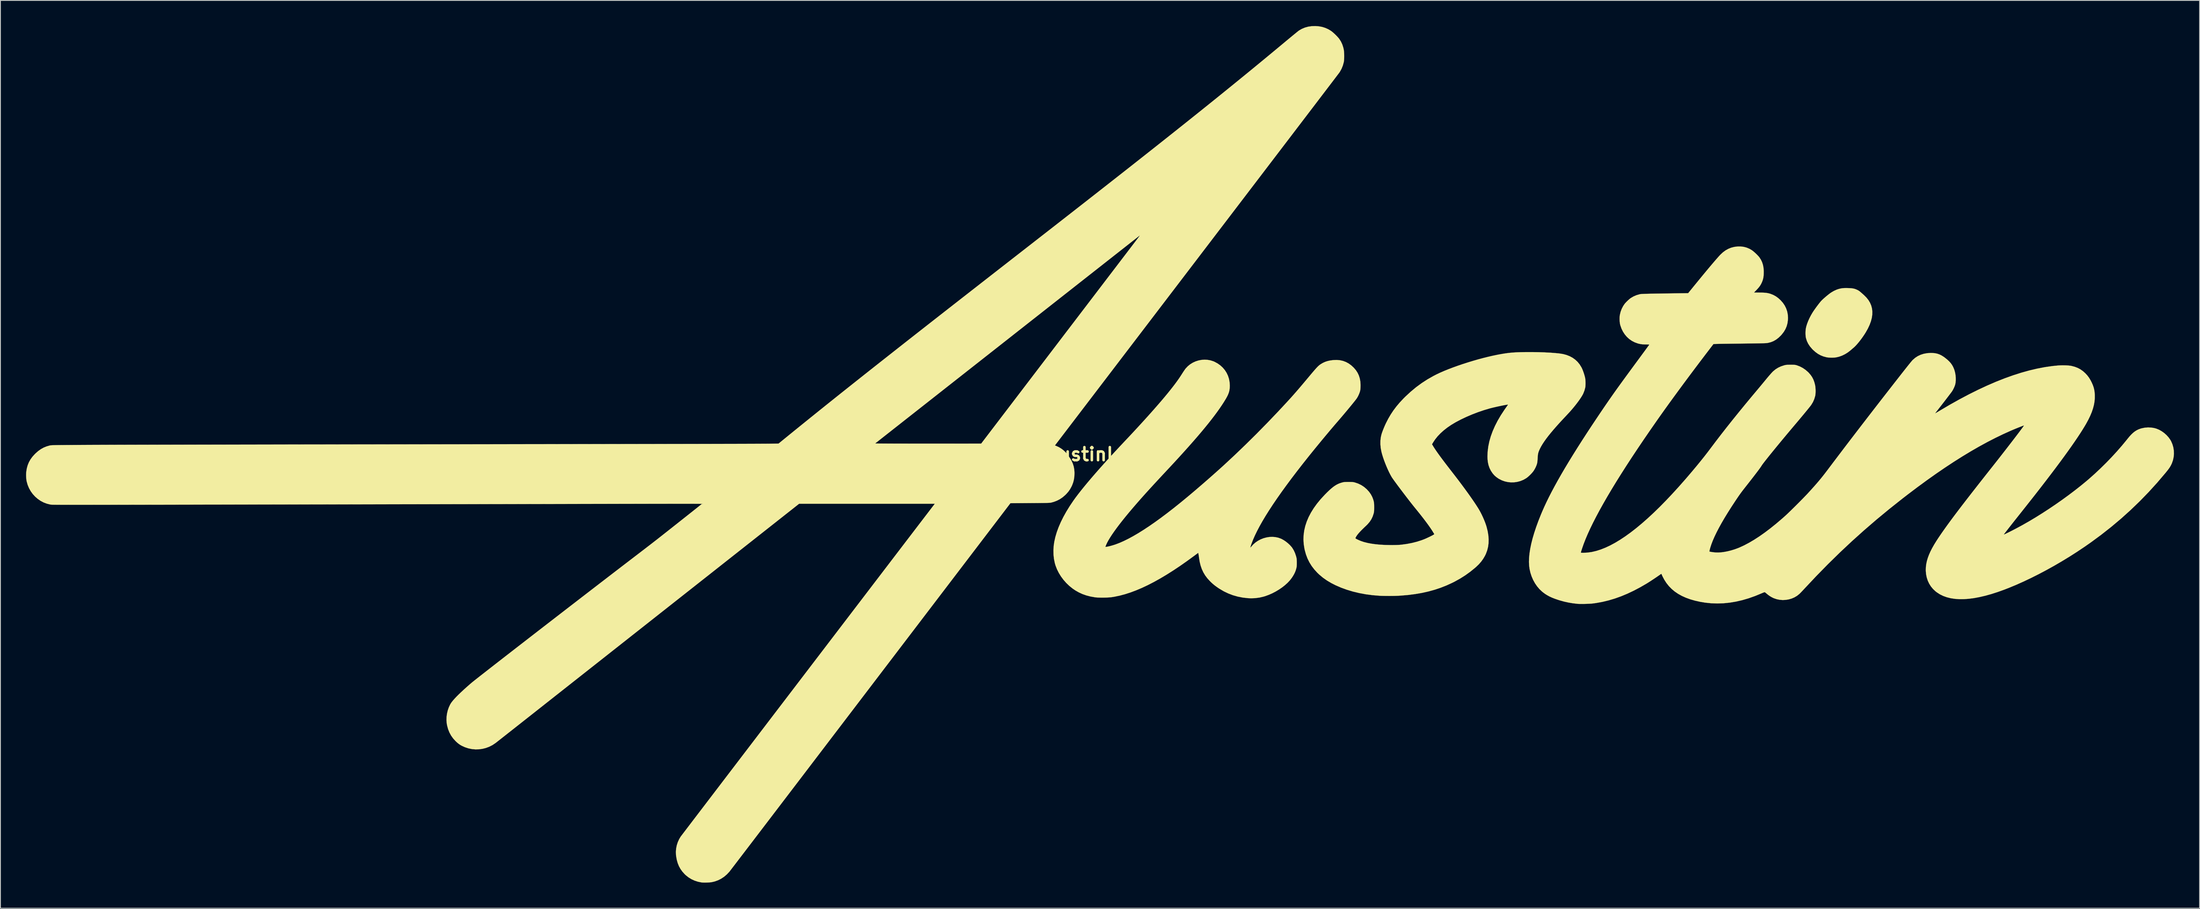
<source format=kicad_pcb>
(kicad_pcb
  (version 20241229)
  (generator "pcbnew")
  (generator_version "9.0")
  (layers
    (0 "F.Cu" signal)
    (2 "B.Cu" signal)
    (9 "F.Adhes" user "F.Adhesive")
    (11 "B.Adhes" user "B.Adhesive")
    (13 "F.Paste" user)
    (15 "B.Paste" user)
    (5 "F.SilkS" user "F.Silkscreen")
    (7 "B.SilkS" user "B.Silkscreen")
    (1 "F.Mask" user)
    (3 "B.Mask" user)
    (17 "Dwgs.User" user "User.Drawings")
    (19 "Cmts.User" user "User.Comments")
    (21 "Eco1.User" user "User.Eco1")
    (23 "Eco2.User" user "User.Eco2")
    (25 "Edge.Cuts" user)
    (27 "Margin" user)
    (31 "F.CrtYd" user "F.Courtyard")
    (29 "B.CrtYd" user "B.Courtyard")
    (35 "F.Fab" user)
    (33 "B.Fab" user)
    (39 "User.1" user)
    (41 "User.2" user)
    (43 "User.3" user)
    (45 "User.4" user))
  (footprint "austinLogo"
    (layer "F.Cu")
    (at 125.678 50.168)
    (property "Reference" "austinLogo" (at 0 0 0) (layer "F.SilkS") (effects (font (size 1.524 1.524) (thickness 0.3))))
    (attr through_hole)
    (fp_poly (pts (xy 87.56 -19.469) (xy 87.797 -19.46) (xy 87.994 -19.444) (xy 88.162 -19.419) (xy 88.312 -19.384) (xy 88.454 -19.337) (xy 88.599 -19.274) (xy 88.599 -19.274) (xy 88.676 -19.237) (xy 88.743 -19.202) (xy 88.808 -19.163) (xy 88.877 -19.116) (xy 88.954 -19.056) (xy 89.046 -18.979) (xy 89.159 -18.88) (xy 89.3 -18.755) (xy 89.431 -18.638) (xy 89.714 -18.354) (xy 89.949 -18.056) (xy 90.135 -17.744) (xy 90.273 -17.418) (xy 90.362 -17.077) (xy 90.403 -16.721) (xy 90.395 -16.351) (xy 90.338 -15.966) (xy 90.233 -15.567) (xy 90.08 -15.152) (xy 89.878 -14.722) (xy 89.643 -14.302) (xy 89.477 -14.037) (xy 89.296 -13.77) (xy 89.107 -13.506) (xy 88.913 -13.252) (xy 88.722 -13.017) (xy 88.537 -12.806) (xy 88.366 -12.627) (xy 88.222 -12.494) (xy 88.114 -12.403) (xy 88 -12.305) (xy 87.898 -12.217) (xy 87.86 -12.184) (xy 87.554 -11.944) (xy 87.224 -11.737) (xy 86.88 -11.567) (xy 86.53 -11.438) (xy 86.183 -11.354) (xy 86.182 -11.354) (xy 85.989 -11.33) (xy 85.769 -11.317) (xy 85.538 -11.317) (xy 85.314 -11.329) (xy 85.114 -11.352) (xy 85.035 -11.366) (xy 84.682 -11.46) (xy 84.353 -11.592) (xy 84.043 -11.762) (xy 83.745 -11.977) (xy 83.455 -12.237) (xy 83.351 -12.344) (xy 83.099 -12.641) (xy 82.896 -12.95) (xy 82.743 -13.27) (xy 82.639 -13.601) (xy 82.618 -13.698) (xy 82.597 -13.853) (xy 82.586 -14.041) (xy 82.584 -14.246) (xy 82.59 -14.45) (xy 82.607 -14.637) (xy 82.621 -14.734) (xy 82.682 -15.003) (xy 82.775 -15.299) (xy 82.896 -15.613) (xy 83.041 -15.935) (xy 83.206 -16.256) (xy 83.386 -16.567) (xy 83.474 -16.705) (xy 83.582 -16.866) (xy 83.707 -17.044) (xy 83.841 -17.23) (xy 83.979 -17.415) (xy 84.113 -17.591) (xy 84.237 -17.749) (xy 84.345 -17.881) (xy 84.416 -17.961) (xy 84.522 -18.069) (xy 84.659 -18.199) (xy 84.818 -18.341) (xy 84.989 -18.488) (xy 85.162 -18.631) (xy 85.328 -18.762) (xy 85.475 -18.873) (xy 85.558 -18.931) (xy 85.888 -19.128) (xy 86.219 -19.28) (xy 86.449 -19.358) (xy 86.62 -19.403) (xy 86.783 -19.436) (xy 86.95 -19.458) (xy 87.133 -19.47) (xy 87.343 -19.473) (xy 87.56 -19.469)) (stroke (width 0.01) (type solid)) (fill yes) (layer "F.SilkS"))
    (fp_poly (pts (xy 12.595 -11.062) (xy 12.943 -10.999) (xy 13.28 -10.891) (xy 13.416 -10.832) (xy 13.773 -10.639) (xy 14.094 -10.41) (xy 14.377 -10.15) (xy 14.622 -9.859) (xy 14.826 -9.541) (xy 14.988 -9.199) (xy 15.106 -8.834) (xy 15.178 -8.45) (xy 15.204 -8.048) (xy 15.204 -8.03) (xy 15.194 -7.766) (xy 15.163 -7.522) (xy 15.109 -7.289) (xy 15.026 -7.055) (xy 14.914 -6.809) (xy 14.767 -6.541) (xy 14.746 -6.505) (xy 14.527 -6.145) (xy 14.285 -5.77) (xy 14.02 -5.379) (xy 13.729 -4.969) (xy 13.413 -4.541) (xy 13.07 -4.093) (xy 12.7 -3.623) (xy 12.3 -3.131) (xy 11.871 -2.614) (xy 11.411 -2.073) (xy 10.919 -1.506) (xy 10.394 -0.911) (xy 9.835 -0.287) (xy 9.242 0.367) (xy 8.613 1.052) (xy 7.946 1.769) (xy 7.831 1.892) (xy 7.397 2.357) (xy 6.995 2.789) (xy 6.622 3.192) (xy 6.275 3.568) (xy 5.951 3.922) (xy 5.646 4.257) (xy 5.357 4.576) (xy 5.082 4.883) (xy 4.817 5.181) (xy 4.559 5.474) (xy 4.305 5.765) (xy 4.051 6.059) (xy 3.85 6.293) (xy 3.413 6.809) (xy 3.004 7.304) (xy 2.624 7.777) (xy 2.274 8.225) (xy 1.955 8.649) (xy 1.668 9.046) (xy 1.413 9.415) (xy 1.192 9.756) (xy 1.005 10.066) (xy 0.853 10.345) (xy 0.738 10.592) (xy 0.7 10.688) (xy 0.634 10.862) (xy 0.768 10.843) (xy 0.917 10.817) (xy 1.1 10.776) (xy 1.305 10.724) (xy 1.519 10.663) (xy 1.729 10.597) (xy 1.831 10.563) (xy 2.306 10.382) (xy 2.81 10.159) (xy 3.343 9.895) (xy 3.906 9.589) (xy 4.497 9.243) (xy 5.118 8.854) (xy 5.767 8.425) (xy 6.445 7.954) (xy 7.151 7.443) (xy 7.886 6.89) (xy 8.65 6.296) (xy 9.442 5.661) (xy 10.242 5.002) (xy 10.668 4.644) (xy 11.12 4.261) (xy 11.589 3.859) (xy 12.068 3.446) (xy 12.549 3.027) (xy 13.024 2.609) (xy 13.486 2.2) (xy 13.927 1.805) (xy 14.34 1.432) (xy 14.538 1.252) (xy 15.793 0.083) (xy 17.056 -1.13) (xy 18.322 -2.382) (xy 19.586 -3.669) (xy 20.843 -4.987) (xy 21.74 -5.95) (xy 21.937 -6.164) (xy 22.122 -6.366) (xy 22.297 -6.558) (xy 22.466 -6.746) (xy 22.632 -6.933) (xy 22.8 -7.124) (xy 22.972 -7.321) (xy 23.152 -7.53) (xy 23.344 -7.753) (xy 23.551 -7.997) (xy 23.776 -8.263) (xy 24.023 -8.557) (xy 24.296 -8.882) (xy 24.586 -9.229) (xy 24.793 -9.476) (xy 24.972 -9.687) (xy 25.126 -9.866) (xy 25.258 -10.016) (xy 25.372 -10.141) (xy 25.471 -10.245) (xy 25.56 -10.331) (xy 25.64 -10.403) (xy 25.717 -10.465) (xy 25.793 -10.52) (xy 25.835 -10.548) (xy 26.087 -10.699) (xy 26.345 -10.819) (xy 26.617 -10.911) (xy 26.914 -10.979) (xy 27.246 -11.026) (xy 27.332 -11.035) (xy 27.726 -11.048) (xy 28.102 -11.014) (xy 28.46 -10.933) (xy 28.8 -10.804) (xy 29.124 -10.627) (xy 29.432 -10.401) (xy 29.723 -10.128) (xy 29.961 -9.848) (xy 30.154 -9.551) (xy 30.304 -9.234) (xy 30.413 -8.894) (xy 30.48 -8.529) (xy 30.507 -8.135) (xy 30.504 -7.884) (xy 30.495 -7.714) (xy 30.482 -7.579) (xy 30.462 -7.461) (xy 30.433 -7.345) (xy 30.424 -7.315) (xy 30.358 -7.127) (xy 30.271 -6.925) (xy 30.173 -6.73) (xy 30.074 -6.564) (xy 30.071 -6.56) (xy 30.012 -6.478) (xy 29.924 -6.362) (xy 29.808 -6.215) (xy 29.669 -6.041) (xy 29.509 -5.844) (xy 29.332 -5.627) (xy 29.14 -5.395) (xy 28.938 -5.151) (xy 28.728 -4.9) (xy 28.513 -4.644) (xy 28.296 -4.388) (xy 28.081 -4.136) (xy 27.871 -3.891) (xy 27.738 -3.738) (xy 27.516 -3.481) (xy 27.268 -3.189) (xy 26.997 -2.87) (xy 26.71 -2.527) (xy 26.409 -2.168) (xy 26.101 -1.797) (xy 25.79 -1.42) (xy 25.481 -1.043) (xy 25.177 -0.673) (xy 24.885 -0.313) (xy 24.609 0.029) (xy 24.469 0.203) (xy 23.748 1.112) (xy 23.067 1.989) (xy 22.424 2.833) (xy 21.821 3.646) (xy 21.256 4.426) (xy 20.731 5.174) (xy 20.244 5.89) (xy 19.796 6.575) (xy 19.386 7.228) (xy 19.016 7.849) (xy 18.684 8.439) (xy 18.391 8.997) (xy 18.136 9.524) (xy 17.919 10.02) (xy 17.741 10.485) (xy 17.71 10.575) (xy 17.669 10.698) (xy 17.637 10.803) (xy 17.615 10.882) (xy 17.607 10.925) (xy 17.608 10.93) (xy 17.631 10.92) (xy 17.67 10.88) (xy 17.69 10.856) (xy 17.927 10.586) (xy 18.196 10.348) (xy 18.491 10.144) (xy 18.808 9.975) (xy 19.141 9.842) (xy 19.484 9.748) (xy 19.834 9.692) (xy 20.184 9.678) (xy 20.529 9.704) (xy 20.865 9.774) (xy 21.187 9.889) (xy 21.268 9.927) (xy 21.519 10.066) (xy 21.771 10.237) (xy 22.014 10.432) (xy 22.236 10.64) (xy 22.426 10.852) (xy 22.507 10.958) (xy 22.687 11.252) (xy 22.838 11.583) (xy 22.959 11.944) (xy 23.014 12.166) (xy 23.028 12.259) (xy 23.038 12.391) (xy 23.045 12.553) (xy 23.046 12.725) (xy 23.045 12.901) (xy 23.039 13.039) (xy 23.029 13.152) (xy 23.013 13.253) (xy 22.991 13.35) (xy 22.924 13.587) (xy 22.84 13.808) (xy 22.736 14.027) (xy 22.605 14.255) (xy 22.452 14.488) (xy 22.232 14.774) (xy 21.967 15.056) (xy 21.663 15.332) (xy 21.326 15.597) (xy 20.961 15.847) (xy 20.576 16.078) (xy 20.176 16.286) (xy 19.766 16.467) (xy 19.353 16.618) (xy 19.183 16.67) (xy 18.696 16.786) (xy 18.201 16.853) (xy 17.693 16.872) (xy 17.34 16.858) (xy 16.733 16.791) (xy 16.145 16.677) (xy 15.575 16.515) (xy 15.025 16.306) (xy 14.493 16.051) (xy 13.98 15.747) (xy 13.912 15.703) (xy 13.66 15.53) (xy 13.44 15.366) (xy 13.239 15.202) (xy 13.043 15.025) (xy 12.865 14.85) (xy 12.571 14.525) (xy 12.317 14.185) (xy 12.103 13.825) (xy 11.927 13.441) (xy 11.785 13.029) (xy 11.677 12.584) (xy 11.601 12.102) (xy 11.595 12.051) (xy 11.579 11.928) (xy 11.559 11.804) (xy 11.54 11.702) (xy 11.538 11.692) (xy 11.505 11.548) (xy 11.06 11.879) (xy 10.209 12.5) (xy 9.384 13.078) (xy 8.583 13.613) (xy 7.805 14.105) (xy 7.05 14.555) (xy 6.317 14.963) (xy 5.605 15.33) (xy 4.913 15.656) (xy 4.24 15.941) (xy 3.587 16.186) (xy 2.951 16.391) (xy 2.333 16.557) (xy 1.73 16.684) (xy 1.345 16.746) (xy 1.197 16.762) (xy 1.01 16.775) (xy 0.796 16.785) (xy 0.565 16.791) (xy 0.328 16.794) (xy 0.093 16.793) (xy -0.128 16.788) (xy -0.324 16.78) (xy -0.486 16.768) (xy -0.559 16.759) (xy -1.083 16.667) (xy -1.571 16.541) (xy -2.028 16.382) (xy -2.46 16.185) (xy -2.872 15.951) (xy -3.184 15.738) (xy -3.571 15.428) (xy -3.93 15.084) (xy -4.258 14.713) (xy -4.551 14.318) (xy -4.807 13.904) (xy -5.02 13.478) (xy -5.189 13.043) (xy -5.272 12.764) (xy -5.373 12.271) (xy -5.429 11.76) (xy -5.439 11.236) (xy -5.403 10.703) (xy -5.337 10.25) (xy -5.215 9.699) (xy -5.047 9.13) (xy -4.833 8.546) (xy -4.574 7.947) (xy -4.271 7.335) (xy -3.924 6.712) (xy -3.535 6.079) (xy -3.106 5.441) (xy -2.843 5.075) (xy -2.542 4.677) (xy -2.206 4.247) (xy -1.834 3.786) (xy -1.428 3.296) (xy -0.989 2.777) (xy -0.517 2.23) (xy -0.014 1.658) (xy 0.52 1.06) (xy 1.084 0.437) (xy 1.676 -0.208) (xy 2.296 -0.876) (xy 2.943 -1.565) (xy 3.014 -1.64) (xy 3.536 -2.194) (xy 4.05 -2.746) (xy 4.553 -3.291) (xy 5.044 -3.828) (xy 5.518 -4.351) (xy 5.973 -4.86) (xy 6.406 -5.349) (xy 6.814 -5.817) (xy 7.196 -6.259) (xy 7.546 -6.674) (xy 7.864 -7.057) (xy 7.933 -7.141) (xy 8.25 -7.535) (xy 8.535 -7.897) (xy 8.793 -8.235) (xy 9.027 -8.553) (xy 9.241 -8.857) (xy 9.44 -9.153) (xy 9.628 -9.446) (xy 9.636 -9.458) (xy 9.729 -9.604) (xy 9.824 -9.748) (xy 9.915 -9.88) (xy 9.993 -9.989) (xy 10.045 -10.056) (xy 10.293 -10.317) (xy 10.571 -10.542) (xy 10.875 -10.729) (xy 11.199 -10.878) (xy 11.539 -10.987) (xy 11.888 -11.055) (xy 12.242 -11.08) (xy 12.595 -11.062)) (stroke (width 0.01) (type solid)) (fill yes) (layer "F.SilkS"))
    (fp_poly (pts (xy 51.32 -11.96) (xy 52.031 -11.936) (xy 52.704 -11.901) (xy 53.335 -11.852) (xy 53.77 -11.809) (xy 54.206 -11.74) (xy 54.611 -11.631) (xy 54.985 -11.484) (xy 55.327 -11.299) (xy 55.636 -11.076) (xy 55.911 -10.817) (xy 56.151 -10.521) (xy 56.355 -10.189) (xy 56.392 -10.117) (xy 56.47 -9.947) (xy 56.55 -9.743) (xy 56.629 -9.519) (xy 56.7 -9.293) (xy 56.758 -9.08) (xy 56.792 -8.931) (xy 56.815 -8.778) (xy 56.83 -8.594) (xy 56.837 -8.394) (xy 56.836 -8.194) (xy 56.827 -8.01) (xy 56.81 -7.855) (xy 56.803 -7.818) (xy 56.711 -7.47) (xy 56.577 -7.126) (xy 56.558 -7.083) (xy 56.468 -6.914) (xy 56.347 -6.714) (xy 56.199 -6.489) (xy 56.027 -6.244) (xy 55.836 -5.987) (xy 55.63 -5.722) (xy 55.412 -5.455) (xy 55.315 -5.339) (xy 55.248 -5.261) (xy 55.188 -5.191) (xy 55.131 -5.125) (xy 55.073 -5.059) (xy 55.009 -4.988) (xy 54.934 -4.906) (xy 54.846 -4.811) (xy 54.739 -4.696) (xy 54.609 -4.556) (xy 54.452 -4.389) (xy 54.306 -4.233) (xy 53.866 -3.759) (xy 53.466 -3.315) (xy 53.102 -2.899) (xy 52.775 -2.51) (xy 52.482 -2.147) (xy 52.223 -1.807) (xy 51.997 -1.489) (xy 51.802 -1.192) (xy 51.637 -0.914) (xy 51.501 -0.653) (xy 51.423 -0.484) (xy 51.365 -0.343) (xy 51.322 -0.217) (xy 51.29 -0.095) (xy 51.266 0.036) (xy 51.25 0.188) (xy 51.237 0.374) (xy 51.233 0.458) (xy 51.218 0.69) (xy 51.2 0.878) (xy 51.176 1.029) (xy 51.158 1.106) (xy 51.093 1.304) (xy 51.001 1.52) (xy 50.889 1.736) (xy 50.767 1.935) (xy 50.705 2.021) (xy 50.582 2.171) (xy 50.434 2.331) (xy 50.274 2.489) (xy 50.113 2.635) (xy 49.963 2.755) (xy 49.893 2.805) (xy 49.566 2.992) (xy 49.22 3.134) (xy 48.86 3.232) (xy 48.492 3.285) (xy 48.121 3.294) (xy 47.751 3.258) (xy 47.389 3.177) (xy 47.039 3.052) (xy 46.706 2.882) (xy 46.617 2.827) (xy 46.382 2.66) (xy 46.184 2.486) (xy 46.01 2.292) (xy 45.956 2.223) (xy 45.758 1.926) (xy 45.602 1.614) (xy 45.486 1.282) (xy 45.408 0.925) (xy 45.367 0.538) (xy 45.359 0.264) (xy 45.383 -0.317) (xy 45.456 -0.903) (xy 45.577 -1.495) (xy 45.747 -2.093) (xy 45.967 -2.698) (xy 46.235 -3.31) (xy 46.552 -3.93) (xy 46.919 -4.558) (xy 47.336 -5.195) (xy 47.517 -5.453) (xy 47.6 -5.57) (xy 47.67 -5.671) (xy 47.724 -5.751) (xy 47.756 -5.802) (xy 47.763 -5.817) (xy 47.732 -5.819) (xy 47.658 -5.81) (xy 47.546 -5.792) (xy 47.402 -5.766) (xy 47.234 -5.734) (xy 47.046 -5.696) (xy 46.844 -5.654) (xy 46.635 -5.61) (xy 46.425 -5.564) (xy 46.219 -5.517) (xy 46.024 -5.472) (xy 45.846 -5.428) (xy 45.691 -5.388) (xy 45.651 -5.378) (xy 44.956 -5.172) (xy 44.256 -4.934) (xy 43.561 -4.668) (xy 42.884 -4.378) (xy 42.234 -4.069) (xy 41.623 -3.745) (xy 41.609 -3.737) (xy 41.114 -3.44) (xy 40.655 -3.126) (xy 40.235 -2.796) (xy 39.856 -2.454) (xy 39.521 -2.102) (xy 39.232 -1.741) (xy 39.011 -1.407) (xy 38.87 -1.171) (xy 38.941 -1.049) (xy 39.057 -0.857) (xy 39.198 -0.638) (xy 39.364 -0.392) (xy 39.557 -0.116) (xy 39.778 0.19) (xy 40.027 0.527) (xy 40.306 0.898) (xy 40.615 1.304) (xy 40.956 1.746) (xy 41.15 1.996) (xy 41.552 2.515) (xy 41.94 3.022) (xy 42.31 3.515) (xy 42.662 3.99) (xy 42.994 4.446) (xy 43.303 4.878) (xy 43.587 5.285) (xy 43.845 5.663) (xy 44.074 6.01) (xy 44.272 6.322) (xy 44.35 6.451) (xy 44.511 6.734) (xy 44.673 7.049) (xy 44.83 7.382) (xy 44.976 7.72) (xy 45.105 8.05) (xy 45.212 8.36) (xy 45.255 8.505) (xy 45.382 9.015) (xy 45.462 9.504) (xy 45.496 9.972) (xy 45.485 10.422) (xy 45.428 10.854) (xy 45.324 11.269) (xy 45.175 11.669) (xy 45.065 11.898) (xy 44.861 12.247) (xy 44.621 12.579) (xy 44.34 12.899) (xy 44.014 13.212) (xy 43.928 13.287) (xy 43.357 13.752) (xy 42.772 14.174) (xy 42.163 14.56) (xy 41.522 14.916) (xy 41.253 15.052) (xy 40.581 15.36) (xy 39.892 15.633) (xy 39.181 15.87) (xy 38.445 16.074) (xy 37.683 16.244) (xy 36.889 16.381) (xy 36.062 16.486) (xy 35.198 16.56) (xy 34.909 16.577) (xy 34.696 16.586) (xy 34.446 16.593) (xy 34.17 16.597) (xy 33.88 16.598) (xy 33.587 16.597) (xy 33.304 16.594) (xy 33.042 16.588) (xy 32.813 16.58) (xy 32.71 16.574) (xy 31.901 16.507) (xy 31.112 16.403) (xy 30.347 16.261) (xy 29.607 16.083) (xy 28.896 15.869) (xy 28.216 15.621) (xy 27.57 15.339) (xy 27.091 15.095) (xy 26.579 14.792) (xy 26.104 14.457) (xy 25.67 14.094) (xy 25.462 13.896) (xy 25.103 13.505) (xy 24.79 13.097) (xy 24.523 12.667) (xy 24.299 12.213) (xy 24.117 11.733) (xy 23.977 11.224) (xy 23.938 11.047) (xy 23.856 10.516) (xy 23.825 9.987) (xy 23.845 9.458) (xy 23.915 8.931) (xy 24.037 8.405) (xy 24.209 7.88) (xy 24.431 7.356) (xy 24.705 6.833) (xy 25.03 6.311) (xy 25.405 5.791) (xy 25.831 5.271) (xy 26.308 4.753) (xy 26.328 4.732) (xy 26.598 4.459) (xy 26.843 4.224) (xy 27.067 4.023) (xy 27.275 3.852) (xy 27.471 3.709) (xy 27.661 3.59) (xy 27.849 3.491) (xy 28.039 3.409) (xy 28.238 3.342) (xy 28.342 3.312) (xy 28.432 3.289) (xy 28.511 3.271) (xy 28.59 3.259) (xy 28.678 3.252) (xy 28.786 3.247) (xy 28.925 3.245) (xy 29.099 3.245) (xy 29.278 3.245) (xy 29.416 3.247) (xy 29.524 3.252) (xy 29.612 3.26) (xy 29.69 3.272) (xy 29.769 3.289) (xy 29.854 3.311) (xy 30.229 3.439) (xy 30.584 3.612) (xy 30.915 3.829) (xy 31.219 4.088) (xy 31.248 4.117) (xy 31.504 4.399) (xy 31.711 4.693) (xy 31.874 5.001) (xy 31.966 5.238) (xy 32.011 5.378) (xy 32.045 5.499) (xy 32.069 5.614) (xy 32.084 5.734) (xy 32.093 5.87) (xy 32.097 6.035) (xy 32.098 6.229) (xy 32.097 6.406) (xy 32.094 6.543) (xy 32.089 6.651) (xy 32.08 6.739) (xy 32.067 6.819) (xy 32.048 6.902) (xy 32.029 6.974) (xy 31.916 7.311) (xy 31.764 7.624) (xy 31.57 7.918) (xy 31.33 8.198) (xy 31.2 8.327) (xy 30.952 8.563) (xy 30.74 8.77) (xy 30.559 8.951) (xy 30.407 9.111) (xy 30.28 9.254) (xy 30.174 9.382) (xy 30.086 9.5) (xy 30.013 9.612) (xy 29.963 9.699) (xy 29.93 9.761) (xy 29.912 9.806) (xy 29.914 9.843) (xy 29.942 9.877) (xy 30 9.915) (xy 30.094 9.964) (xy 30.203 10.018) (xy 30.526 10.159) (xy 30.895 10.282) (xy 31.309 10.387) (xy 31.766 10.474) (xy 32.265 10.543) (xy 32.803 10.593) (xy 33.38 10.625) (xy 33.994 10.637) (xy 34.095 10.638) (xy 34.384 10.636) (xy 34.629 10.633) (xy 34.839 10.626) (xy 35.023 10.617) (xy 35.187 10.604) (xy 35.285 10.594) (xy 35.926 10.507) (xy 36.529 10.391) (xy 37.1 10.247) (xy 37.645 10.073) (xy 37.963 9.953) (xy 38.084 9.902) (xy 38.225 9.839) (xy 38.379 9.768) (xy 38.538 9.693) (xy 38.691 9.618) (xy 38.831 9.547) (xy 38.949 9.485) (xy 39.035 9.436) (xy 39.077 9.409) (xy 39.139 9.362) (xy 39.028 9.175) (xy 38.862 8.906) (xy 38.659 8.602) (xy 38.42 8.263) (xy 38.145 7.89) (xy 37.835 7.482) (xy 37.489 7.04) (xy 37.108 6.565) (xy 36.866 6.267) (xy 36.733 6.103) (xy 36.581 5.912) (xy 36.414 5.7) (xy 36.234 5.47) (xy 36.046 5.226) (xy 35.85 4.972) (xy 35.652 4.712) (xy 35.454 4.451) (xy 35.258 4.192) (xy 35.068 3.94) (xy 34.887 3.698) (xy 34.719 3.47) (xy 34.565 3.261) (xy 34.43 3.075) (xy 34.316 2.915) (xy 34.226 2.786) (xy 34.163 2.692) (xy 34.15 2.67) (xy 34.003 2.41) (xy 33.849 2.109) (xy 33.695 1.779) (xy 33.542 1.429) (xy 33.396 1.069) (xy 33.26 0.71) (xy 33.139 0.36) (xy 33.037 0.031) (xy 32.957 -0.268) (xy 32.951 -0.293) (xy 32.868 -0.739) (xy 32.829 -1.175) (xy 32.833 -1.598) (xy 32.882 -2.004) (xy 32.952 -2.314) (xy 33.004 -2.481) (xy 33.075 -2.682) (xy 33.16 -2.905) (xy 33.255 -3.138) (xy 33.355 -3.37) (xy 33.455 -3.59) (xy 33.474 -3.63) (xy 33.744 -4.158) (xy 34.036 -4.658) (xy 34.354 -5.137) (xy 34.705 -5.603) (xy 35.092 -6.062) (xy 35.522 -6.521) (xy 35.751 -6.75) (xy 36.37 -7.324) (xy 37.005 -7.852) (xy 37.661 -8.335) (xy 38.341 -8.776) (xy 39.048 -9.177) (xy 39.422 -9.369) (xy 39.841 -9.566) (xy 40.304 -9.767) (xy 40.805 -9.97) (xy 41.338 -10.172) (xy 41.896 -10.373) (xy 42.473 -10.569) (xy 43.064 -10.759) (xy 43.661 -10.941) (xy 44.258 -11.113) (xy 44.85 -11.272) (xy 45.429 -11.417) (xy 45.99 -11.546) (xy 46.527 -11.657) (xy 46.656 -11.682) (xy 47.006 -11.745) (xy 47.33 -11.799) (xy 47.637 -11.843) (xy 47.935 -11.879) (xy 48.235 -11.908) (xy 48.544 -11.93) (xy 48.874 -11.947) (xy 49.231 -11.959) (xy 49.627 -11.966) (xy 49.802 -11.968) (xy 50.576 -11.97) (xy 51.32 -11.96)) (stroke (width 0.01) (type solid)) (fill yes) (layer "F.SilkS"))
    (fp_poly (pts (xy 75.367 -24.296) (xy 75.713 -24.201) (xy 76.044 -24.058) (xy 76.295 -23.91) (xy 76.43 -23.811) (xy 76.583 -23.684) (xy 76.744 -23.539) (xy 76.9 -23.387) (xy 77.042 -23.239) (xy 77.157 -23.106) (xy 77.189 -23.064) (xy 77.366 -22.789) (xy 77.504 -22.496) (xy 77.604 -22.182) (xy 77.668 -21.841) (xy 77.695 -21.47) (xy 77.692 -21.17) (xy 77.678 -20.924) (xy 77.651 -20.712) (xy 77.61 -20.52) (xy 77.552 -20.332) (xy 77.477 -20.144) (xy 77.383 -19.947) (xy 77.276 -19.765) (xy 77.146 -19.586) (xy 76.988 -19.399) (xy 76.839 -19.241) (xy 76.548 -18.942) (xy 77.156 -18.942) (xy 77.43 -18.94) (xy 77.661 -18.932) (xy 77.86 -18.919) (xy 78.034 -18.9) (xy 78.193 -18.872) (xy 78.344 -18.836) (xy 78.463 -18.801) (xy 78.795 -18.672) (xy 79.107 -18.501) (xy 79.405 -18.284) (xy 79.674 -18.036) (xy 79.936 -17.738) (xy 80.15 -17.421) (xy 80.316 -17.085) (xy 80.436 -16.731) (xy 80.507 -16.361) (xy 80.531 -15.973) (xy 80.52 -15.717) (xy 80.469 -15.347) (xy 80.374 -14.996) (xy 80.233 -14.663) (xy 80.045 -14.345) (xy 79.808 -14.038) (xy 79.696 -13.913) (xy 79.421 -13.649) (xy 79.139 -13.433) (xy 78.845 -13.263) (xy 78.536 -13.136) (xy 78.206 -13.051) (xy 78.093 -13.031) (xy 78.04 -13.025) (xy 77.964 -13.019) (xy 77.862 -13.014) (xy 77.732 -13.009) (xy 77.572 -13.004) (xy 77.379 -12.999) (xy 77.15 -12.994) (xy 76.884 -12.99) (xy 76.578 -12.985) (xy 76.229 -12.98) (xy 75.835 -12.976) (xy 75.395 -12.971) (xy 75.143 -12.968) (xy 74.768 -12.964) (xy 74.403 -12.96) (xy 74.051 -12.956) (xy 73.717 -12.952) (xy 73.403 -12.947) (xy 73.114 -12.944) (xy 72.853 -12.94) (xy 72.625 -12.936) (xy 72.433 -12.933) (xy 72.28 -12.93) (xy 72.172 -12.927) (xy 72.117 -12.926) (xy 71.809 -12.911) (xy 71.572 -12.602) (xy 70.906 -11.73) (xy 70.247 -10.862) (xy 69.6 -10.003) (xy 68.966 -9.156) (xy 68.348 -8.324) (xy 67.749 -7.51) (xy 67.17 -6.719) (xy 66.614 -5.954) (xy 66.085 -5.217) (xy 65.584 -4.513) (xy 65.191 -3.954) (xy 64.406 -2.824) (xy 63.655 -1.729) (xy 62.939 -0.668) (xy 62.258 0.358) (xy 61.612 1.35) (xy 61.002 2.307) (xy 60.426 3.228) (xy 59.886 4.115) (xy 59.381 4.967) (xy 58.912 5.783) (xy 58.477 6.564) (xy 58.079 7.31) (xy 57.715 8.02) (xy 57.388 8.694) (xy 57.095 9.333) (xy 56.839 9.936) (xy 56.618 10.503) (xy 56.433 11.035) (xy 56.432 11.039) (xy 56.387 11.18) (xy 56.347 11.306) (xy 56.317 11.408) (xy 56.298 11.478) (xy 56.292 11.506) (xy 56.3 11.522) (xy 56.33 11.533) (xy 56.389 11.539) (xy 56.485 11.542) (xy 56.608 11.543) (xy 57.086 11.519) (xy 57.579 11.448) (xy 58.09 11.328) (xy 58.617 11.161) (xy 59.161 10.946) (xy 59.722 10.683) (xy 60.3 10.372) (xy 60.894 10.013) (xy 61.505 9.607) (xy 62.133 9.153) (xy 62.778 8.65) (xy 63.439 8.1) (xy 64.118 7.502) (xy 64.813 6.857) (xy 65.525 6.163) (xy 66.254 5.421) (xy 66.999 4.632) (xy 67.762 3.794) (xy 68.542 2.909) (xy 68.813 2.593) (xy 69.344 1.969) (xy 69.844 1.37) (xy 70.311 0.798) (xy 70.745 0.255) (xy 71.143 -0.258) (xy 71.457 -0.674) (xy 72.052 -1.465) (xy 72.683 -2.288) (xy 73.348 -3.14) (xy 74.046 -4.019) (xy 74.775 -4.922) (xy 75.532 -5.849) (xy 76.316 -6.795) (xy 76.748 -7.31) (xy 76.923 -7.52) (xy 77.116 -7.75) (xy 77.316 -7.991) (xy 77.516 -8.232) (xy 77.706 -8.462) (xy 77.878 -8.671) (xy 77.975 -8.789) (xy 78.121 -8.966) (xy 78.268 -9.139) (xy 78.409 -9.303) (xy 78.539 -9.45) (xy 78.652 -9.574) (xy 78.742 -9.669) (xy 78.778 -9.704) (xy 79.062 -9.941) (xy 79.371 -10.137) (xy 79.71 -10.295) (xy 80.082 -10.418) (xy 80.172 -10.441) (xy 80.252 -10.458) (xy 80.33 -10.47) (xy 80.418 -10.478) (xy 80.527 -10.483) (xy 80.665 -10.485) (xy 80.84 -10.485) (xy 81.016 -10.485) (xy 81.151 -10.483) (xy 81.255 -10.479) (xy 81.338 -10.472) (xy 81.409 -10.461) (xy 81.479 -10.444) (xy 81.557 -10.422) (xy 81.577 -10.416) (xy 81.924 -10.284) (xy 82.261 -10.107) (xy 82.581 -9.888) (xy 82.878 -9.631) (xy 82.966 -9.542) (xy 83.183 -9.29) (xy 83.361 -9.029) (xy 83.504 -8.749) (xy 83.618 -8.44) (xy 83.704 -8.104) (xy 83.732 -7.931) (xy 83.751 -7.73) (xy 83.761 -7.515) (xy 83.761 -7.299) (xy 83.752 -7.097) (xy 83.732 -6.924) (xy 83.718 -6.846) (xy 83.608 -6.47) (xy 83.457 -6.122) (xy 83.263 -5.798) (xy 83.193 -5.701) (xy 83.122 -5.609) (xy 83.022 -5.483) (xy 82.894 -5.325) (xy 82.743 -5.139) (xy 82.57 -4.929) (xy 82.38 -4.698) (xy 82.174 -4.451) (xy 81.957 -4.191) (xy 81.731 -3.92) (xy 81.498 -3.644) (xy 81.298 -3.407) (xy 80.987 -3.038) (xy 80.677 -2.669) (xy 80.37 -2.303) (xy 80.068 -1.94) (xy 79.774 -1.585) (xy 79.488 -1.239) (xy 79.213 -0.905) (xy 78.95 -0.584) (xy 78.702 -0.279) (xy 78.47 0.007) (xy 78.257 0.272) (xy 78.064 0.515) (xy 77.892 0.732) (xy 77.745 0.921) (xy 77.623 1.08) (xy 77.529 1.208) (xy 77.464 1.3) (xy 77.435 1.348) (xy 77.39 1.421) (xy 77.314 1.532) (xy 77.208 1.68) (xy 77.073 1.864) (xy 76.909 2.082) (xy 76.718 2.333) (xy 76.501 2.616) (xy 76.258 2.929) (xy 75.991 3.271) (xy 75.7 3.642) (xy 75.525 3.865) (xy 75.365 4.069) (xy 75.224 4.251) (xy 75.096 4.42) (xy 74.975 4.585) (xy 74.853 4.756) (xy 74.725 4.939) (xy 74.585 5.146) (xy 74.425 5.384) (xy 74.378 5.454) (xy 73.918 6.154) (xy 73.496 6.82) (xy 73.11 7.451) (xy 72.761 8.049) (xy 72.449 8.614) (xy 72.174 9.145) (xy 71.935 9.643) (xy 71.732 10.108) (xy 71.566 10.541) (xy 71.436 10.942) (xy 71.393 11.097) (xy 71.365 11.21) (xy 71.346 11.304) (xy 71.336 11.37) (xy 71.338 11.395) (xy 71.373 11.409) (xy 71.449 11.426) (xy 71.556 11.444) (xy 71.683 11.463) (xy 71.822 11.481) (xy 71.961 11.496) (xy 72.081 11.506) (xy 72.395 11.511) (xy 72.742 11.488) (xy 73.113 11.437) (xy 73.502 11.36) (xy 73.9 11.259) (xy 74.299 11.136) (xy 74.691 10.992) (xy 74.862 10.921) (xy 75.415 10.665) (xy 75.986 10.363) (xy 76.576 10.014) (xy 77.185 9.619) (xy 77.813 9.177) (xy 78.459 8.688) (xy 79.123 8.154) (xy 79.805 7.574) (xy 80.205 7.22) (xy 80.334 7.101) (xy 80.494 6.951) (xy 80.678 6.774) (xy 80.883 6.575) (xy 81.103 6.359) (xy 81.333 6.132) (xy 81.568 5.898) (xy 81.803 5.663) (xy 82.033 5.43) (xy 82.253 5.207) (xy 82.457 4.996) (xy 82.642 4.804) (xy 82.802 4.636) (xy 82.915 4.513) (xy 83.219 4.179) (xy 83.491 3.876) (xy 83.739 3.597) (xy 83.966 3.335) (xy 84.178 3.086) (xy 84.38 2.842) (xy 84.577 2.597) (xy 84.775 2.346) (xy 84.977 2.083) (xy 85.191 1.801) (xy 85.197 1.793) (xy 85.801 0.99) (xy 86.435 0.152) (xy 87.095 -0.719) (xy 87.78 -1.618) (xy 88.487 -2.541) (xy 89.212 -3.486) (xy 89.953 -4.448) (xy 90.707 -5.424) (xy 91.471 -6.411) (xy 92.19 -7.335) (xy 92.551 -7.798) (xy 92.881 -8.223) (xy 93.184 -8.61) (xy 93.459 -8.962) (xy 93.708 -9.281) (xy 93.932 -9.567) (xy 94.133 -9.822) (xy 94.312 -10.049) (xy 94.47 -10.248) (xy 94.608 -10.422) (xy 94.728 -10.571) (xy 94.831 -10.698) (xy 94.918 -10.804) (xy 94.991 -10.891) (xy 95.05 -10.96) (xy 95.097 -11.013) (xy 95.134 -11.052) (xy 95.136 -11.053) (xy 95.414 -11.295) (xy 95.721 -11.495) (xy 96.055 -11.653) (xy 96.414 -11.768) (xy 96.799 -11.84) (xy 97.206 -11.869) (xy 97.418 -11.866) (xy 97.718 -11.841) (xy 97.995 -11.785) (xy 98.258 -11.694) (xy 98.517 -11.566) (xy 98.782 -11.396) (xy 98.883 -11.322) (xy 99.156 -11.103) (xy 99.386 -10.891) (xy 99.578 -10.677) (xy 99.736 -10.455) (xy 99.866 -10.219) (xy 99.974 -9.961) (xy 100.008 -9.865) (xy 100.086 -9.577) (xy 100.14 -9.273) (xy 100.168 -8.964) (xy 100.169 -8.662) (xy 100.143 -8.381) (xy 100.102 -8.174) (xy 100.053 -8.023) (xy 99.983 -7.85) (xy 99.899 -7.671) (xy 99.81 -7.502) (xy 99.723 -7.362) (xy 99.701 -7.331) (xy 99.593 -7.186) (xy 99.459 -7.008) (xy 99.305 -6.805) (xy 99.135 -6.583) (xy 98.957 -6.35) (xy 98.774 -6.113) (xy 98.593 -5.879) (xy 98.42 -5.656) (xy 98.261 -5.454) (xy 98.137 -5.295) (xy 98.024 -5.15) (xy 97.926 -5.023) (xy 97.845 -4.919) (xy 97.787 -4.841) (xy 97.754 -4.796) (xy 97.748 -4.786) (xy 97.77 -4.797) (xy 97.83 -4.831) (xy 97.923 -4.884) (xy 98.042 -4.954) (xy 98.183 -5.038) (xy 98.339 -5.132) (xy 98.361 -5.145) (xy 99.504 -5.817) (xy 100.624 -6.444) (xy 101.722 -7.025) (xy 102.797 -7.56) (xy 103.85 -8.05) (xy 104.88 -8.495) (xy 105.888 -8.894) (xy 106.874 -9.247) (xy 107.837 -9.555) (xy 108.777 -9.817) (xy 109.696 -10.034) (xy 110.592 -10.206) (xy 111.465 -10.332) (xy 112.163 -10.402) (xy 112.404 -10.415) (xy 112.658 -10.421) (xy 112.914 -10.419) (xy 113.162 -10.41) (xy 113.391 -10.393) (xy 113.588 -10.37) (xy 113.708 -10.349) (xy 114.091 -10.248) (xy 114.44 -10.114) (xy 114.76 -9.943) (xy 115.057 -9.733) (xy 115.339 -9.48) (xy 115.344 -9.474) (xy 115.565 -9.232) (xy 115.76 -8.972) (xy 115.936 -8.684) (xy 116.067 -8.429) (xy 116.2 -8.13) (xy 116.3 -7.849) (xy 116.37 -7.571) (xy 116.416 -7.28) (xy 116.44 -6.959) (xy 116.44 -6.94) (xy 116.439 -6.554) (xy 116.404 -6.164) (xy 116.333 -5.767) (xy 116.226 -5.359) (xy 116.082 -4.938) (xy 115.899 -4.499) (xy 115.677 -4.04) (xy 115.415 -3.558) (xy 115.266 -3.305) (xy 115.015 -2.894) (xy 114.732 -2.45) (xy 114.418 -1.974) (xy 114.073 -1.465) (xy 113.696 -0.922) (xy 113.287 -0.346) (xy 112.846 0.265) (xy 112.372 0.91) (xy 111.865 1.591) (xy 111.324 2.308) (xy 110.75 3.06) (xy 110.142 3.85) (xy 109.815 4.271) (xy 109.683 4.44) (xy 109.55 4.611) (xy 109.413 4.787) (xy 109.268 4.971) (xy 109.114 5.167) (xy 108.948 5.377) (xy 108.769 5.605) (xy 108.572 5.854) (xy 108.357 6.127) (xy 108.12 6.426) (xy 107.86 6.755) (xy 107.573 7.117) (xy 107.258 7.515) (xy 107.178 7.615) (xy 107.02 7.814) (xy 106.859 8.019) (xy 106.698 8.223) (xy 106.54 8.424) (xy 106.389 8.617) (xy 106.248 8.799) (xy 106.119 8.964) (xy 106.007 9.109) (xy 105.914 9.229) (xy 105.844 9.321) (xy 105.8 9.38) (xy 105.786 9.4) (xy 105.799 9.404) (xy 105.852 9.385) (xy 105.941 9.347) (xy 106.063 9.291) (xy 106.213 9.218) (xy 106.387 9.132) (xy 106.581 9.034) (xy 106.791 8.927) (xy 107.012 8.812) (xy 107.242 8.691) (xy 107.474 8.567) (xy 107.706 8.442) (xy 107.934 8.318) (xy 108.043 8.257) (xy 108.787 7.832) (xy 109.548 7.376) (xy 110.318 6.893) (xy 111.092 6.389) (xy 111.863 5.868) (xy 112.623 5.335) (xy 113.365 4.795) (xy 114.083 4.252) (xy 114.77 3.712) (xy 115.419 3.179) (xy 115.753 2.895) (xy 116.426 2.296) (xy 117.097 1.666) (xy 117.759 1.014) (xy 118.404 0.347) (xy 119.024 -0.328) (xy 119.612 -1.003) (xy 120.162 -1.669) (xy 120.26 -1.792) (xy 120.49 -2.073) (xy 120.708 -2.31) (xy 120.918 -2.509) (xy 121.126 -2.673) (xy 121.339 -2.807) (xy 121.561 -2.916) (xy 121.798 -3.003) (xy 121.925 -3.039) (xy 122.284 -3.112) (xy 122.653 -3.142) (xy 123.019 -3.13) (xy 123.375 -3.075) (xy 123.644 -3) (xy 123.959 -2.871) (xy 124.266 -2.698) (xy 124.558 -2.489) (xy 124.827 -2.25) (xy 125.066 -1.987) (xy 125.267 -1.708) (xy 125.371 -1.526) (xy 125.522 -1.175) (xy 125.628 -0.809) (xy 125.687 -0.433) (xy 125.7 -0.053) (xy 125.666 0.326) (xy 125.587 0.698) (xy 125.461 1.058) (xy 125.383 1.226) (xy 125.317 1.351) (xy 125.248 1.471) (xy 125.17 1.592) (xy 125.078 1.722) (xy 124.966 1.87) (xy 124.829 2.042) (xy 124.711 2.187) (xy 123.741 3.328) (xy 122.738 4.432) (xy 121.701 5.5) (xy 120.629 6.533) (xy 119.521 7.532) (xy 118.375 8.497) (xy 117.191 9.43) (xy 115.967 10.332) (xy 115.228 10.848) (xy 114.369 11.423) (xy 113.49 11.985) (xy 112.597 12.529) (xy 111.696 13.055) (xy 110.79 13.559) (xy 109.886 14.038) (xy 108.988 14.489) (xy 108.102 14.91) (xy 107.234 15.298) (xy 106.387 15.65) (xy 105.833 15.865) (xy 105.068 16.14) (xy 104.333 16.376) (xy 103.629 16.572) (xy 102.955 16.73) (xy 102.313 16.85) (xy 101.701 16.93) (xy 101.121 16.972) (xy 100.572 16.974) (xy 100.055 16.938) (xy 99.57 16.863) (xy 99.116 16.749) (xy 98.695 16.597) (xy 98.306 16.405) (xy 97.95 16.174) (xy 97.798 16.056) (xy 97.512 15.788) (xy 97.264 15.489) (xy 97.057 15.161) (xy 96.892 14.809) (xy 96.77 14.433) (xy 96.692 14.039) (xy 96.659 13.627) (xy 96.659 13.539) (xy 96.673 13.2) (xy 96.715 12.86) (xy 96.787 12.514) (xy 96.89 12.16) (xy 97.025 11.794) (xy 97.193 11.412) (xy 97.396 11.011) (xy 97.636 10.587) (xy 97.913 10.138) (xy 98.124 9.814) (xy 98.308 9.542) (xy 98.501 9.259) (xy 98.706 8.966) (xy 98.923 8.66) (xy 99.153 8.339) (xy 99.398 8.002) (xy 99.659 7.647) (xy 99.938 7.272) (xy 100.235 6.877) (xy 100.552 6.458) (xy 100.89 6.015) (xy 101.251 5.546) (xy 101.635 5.049) (xy 102.044 4.522) (xy 102.479 3.965) (xy 102.941 3.374) (xy 103.432 2.749) (xy 103.953 2.088) (xy 104.448 1.462) (xy 104.71 1.13) (xy 104.975 0.793) (xy 105.241 0.454) (xy 105.506 0.114) (xy 105.768 -0.223) (xy 106.027 -0.555) (xy 106.278 -0.88) (xy 106.522 -1.196) (xy 106.756 -1.499) (xy 106.978 -1.789) (xy 107.186 -2.061) (xy 107.379 -2.315) (xy 107.555 -2.547) (xy 107.712 -2.756) (xy 107.847 -2.938) (xy 107.961 -3.092) (xy 108.049 -3.215) (xy 108.111 -3.304) (xy 108.145 -3.358) (xy 108.151 -3.373) (xy 108.125 -3.368) (xy 108.057 -3.346) (xy 107.955 -3.308) (xy 107.825 -3.259) (xy 107.673 -3.199) (xy 107.504 -3.133) (xy 107.325 -3.061) (xy 107.143 -2.987) (xy 106.963 -2.912) (xy 106.791 -2.84) (xy 106.634 -2.773) (xy 106.634 -2.773) (xy 105.723 -2.362) (xy 104.797 -1.914) (xy 103.858 -1.43) (xy 102.902 -0.908) (xy 101.93 -0.348) (xy 100.94 0.251) (xy 99.931 0.889) (xy 98.903 1.567) (xy 97.853 2.286) (xy 96.781 3.047) (xy 95.686 3.85) (xy 94.567 4.696) (xy 93.934 5.185) (xy 92.387 6.413) (xy 90.885 7.655) (xy 89.422 8.918) (xy 87.992 10.204) (xy 86.591 11.52) (xy 85.213 12.871) (xy 83.852 14.261) (xy 82.503 15.695) (xy 82.449 15.754) (xy 82.32 15.893) (xy 82.191 16.029) (xy 82.071 16.155) (xy 81.966 16.262) (xy 81.883 16.344) (xy 81.852 16.373) (xy 81.58 16.589) (xy 81.279 16.767) (xy 80.956 16.905) (xy 80.616 17.003) (xy 80.265 17.06) (xy 79.91 17.076) (xy 79.556 17.049) (xy 79.209 16.978) (xy 78.874 16.864) (xy 78.778 16.82) (xy 78.58 16.719) (xy 78.397 16.607) (xy 78.212 16.475) (xy 78.038 16.333) (xy 77.951 16.262) (xy 77.878 16.203) (xy 77.827 16.165) (xy 77.811 16.154) (xy 77.778 16.159) (xy 77.708 16.182) (xy 77.611 16.22) (xy 77.496 16.268) (xy 77.461 16.284) (xy 76.69 16.602) (xy 75.93 16.872) (xy 75.179 17.092) (xy 74.438 17.262) (xy 73.704 17.384) (xy 72.978 17.457) (xy 72.258 17.481) (xy 71.543 17.456) (xy 70.833 17.382) (xy 70.26 17.287) (xy 69.658 17.153) (xy 69.1 16.993) (xy 68.584 16.806) (xy 68.108 16.592) (xy 67.672 16.349) (xy 67.275 16.078) (xy 66.915 15.776) (xy 66.591 15.444) (xy 66.303 15.081) (xy 66.049 14.686) (xy 65.876 14.359) (xy 65.82 14.242) (xy 65.774 14.14) (xy 65.741 14.062) (xy 65.726 14.019) (xy 65.725 14.014) (xy 65.706 14.012) (xy 65.657 14.036) (xy 65.585 14.083) (xy 65.566 14.097) (xy 65.44 14.187) (xy 65.28 14.297) (xy 65.097 14.423) (xy 64.898 14.557) (xy 64.693 14.693) (xy 64.492 14.825) (xy 64.304 14.947) (xy 64.138 15.052) (xy 64.009 15.133) (xy 63.24 15.579) (xy 62.485 15.978) (xy 61.741 16.33) (xy 61.005 16.637) (xy 60.276 16.898) (xy 59.55 17.116) (xy 58.825 17.291) (xy 58.1 17.424) (xy 57.69 17.48) (xy 57.545 17.495) (xy 57.364 17.507) (xy 57.157 17.517) (xy 56.933 17.525) (xy 56.704 17.531) (xy 56.478 17.534) (xy 56.267 17.533) (xy 56.081 17.53) (xy 55.929 17.524) (xy 55.86 17.518) (xy 55.321 17.453) (xy 54.813 17.367) (xy 54.319 17.257) (xy 53.824 17.119) (xy 53.622 17.055) (xy 53.249 16.927) (xy 52.918 16.797) (xy 52.621 16.661) (xy 52.351 16.514) (xy 52.098 16.353) (xy 51.856 16.173) (xy 51.748 16.085) (xy 51.444 15.798) (xy 51.168 15.472) (xy 50.921 15.112) (xy 50.708 14.724) (xy 50.529 14.312) (xy 50.388 13.883) (xy 50.288 13.441) (xy 50.238 13.065) (xy 50.216 12.618) (xy 50.23 12.136) (xy 50.28 11.618) (xy 50.365 11.067) (xy 50.485 10.483) (xy 50.64 9.865) (xy 50.831 9.216) (xy 51.056 8.535) (xy 51.316 7.823) (xy 51.61 7.082) (xy 51.755 6.736) (xy 51.995 6.189) (xy 52.26 5.619) (xy 52.551 5.023) (xy 52.869 4.402) (xy 53.215 3.754) (xy 53.588 3.077) (xy 53.99 2.37) (xy 54.421 1.633) (xy 54.883 0.864) (xy 55.375 0.062) (xy 55.898 -0.774) (xy 56.453 -1.645) (xy 57.041 -2.553) (xy 57.336 -3.002) (xy 57.52 -3.282) (xy 57.722 -3.586) (xy 57.936 -3.908) (xy 58.157 -4.238) (xy 58.379 -4.57) (xy 58.597 -4.894) (xy 58.807 -5.204) (xy 59.001 -5.491) (xy 59.176 -5.747) (xy 59.254 -5.861) (xy 59.41 -6.087) (xy 59.559 -6.303) (xy 59.705 -6.513) (xy 59.848 -6.718) (xy 59.99 -6.921) (xy 60.133 -7.125) (xy 60.28 -7.332) (xy 60.432 -7.546) (xy 60.591 -7.768) (xy 60.759 -8.001) (xy 60.938 -8.249) (xy 61.129 -8.512) (xy 61.335 -8.795) (xy 61.557 -9.1) (xy 61.798 -9.429) (xy 62.059 -9.785) (xy 62.342 -10.171) (xy 62.649 -10.589) (xy 62.983 -11.042) (xy 63.344 -11.533) (xy 63.45 -11.677) (xy 63.606 -11.89) (xy 63.753 -12.09) (xy 63.889 -12.275) (xy 64.009 -12.44) (xy 64.112 -12.582) (xy 64.195 -12.696) (xy 64.255 -12.78) (xy 64.289 -12.829) (xy 64.297 -12.841) (xy 64.276 -12.851) (xy 64.209 -12.858) (xy 64.1 -12.863) (xy 63.955 -12.865) (xy 63.936 -12.865) (xy 63.683 -12.87) (xy 63.467 -12.884) (xy 63.272 -12.91) (xy 63.084 -12.949) (xy 62.956 -12.983) (xy 62.596 -13.113) (xy 62.261 -13.286) (xy 61.955 -13.499) (xy 61.678 -13.751) (xy 61.434 -14.039) (xy 61.223 -14.36) (xy 61.049 -14.713) (xy 60.914 -15.096) (xy 60.891 -15.179) (xy 60.857 -15.345) (xy 60.835 -15.545) (xy 60.823 -15.763) (xy 60.823 -15.982) (xy 60.836 -16.186) (xy 60.854 -16.321) (xy 60.941 -16.687) (xy 61.072 -17.038) (xy 61.242 -17.365) (xy 61.415 -17.62) (xy 61.506 -17.728) (xy 61.624 -17.853) (xy 61.757 -17.983) (xy 61.893 -18.109) (xy 62.021 -18.217) (xy 62.127 -18.298) (xy 62.449 -18.487) (xy 62.797 -18.637) (xy 63.161 -18.742) (xy 63.208 -18.753) (xy 63.248 -18.76) (xy 63.301 -18.766) (xy 63.369 -18.772) (xy 63.455 -18.778) (xy 63.56 -18.783) (xy 63.688 -18.789) (xy 63.84 -18.794) (xy 64.019 -18.799) (xy 64.228 -18.804) (xy 64.468 -18.809) (xy 64.741 -18.814) (xy 65.051 -18.82) (xy 65.399 -18.825) (xy 65.787 -18.831) (xy 66.219 -18.838) (xy 66.696 -18.844) (xy 67.221 -18.851) (xy 67.445 -18.854) (xy 68.848 -18.872) (xy 69.428 -19.586) (xy 69.832 -20.081) (xy 70.214 -20.548) (xy 70.573 -20.985) (xy 70.909 -21.391) (xy 71.22 -21.765) (xy 71.506 -22.106) (xy 71.766 -22.413) (xy 71.998 -22.685) (xy 72.203 -22.92) (xy 72.378 -23.119) (xy 72.524 -23.28) (xy 72.62 -23.381) (xy 72.918 -23.658) (xy 73.227 -23.886) (xy 73.551 -24.067) (xy 73.89 -24.203) (xy 74.243 -24.292) (xy 74.63 -24.342) (xy 75.006 -24.343) (xy 75.367 -24.296)) (stroke (width 0.01) (type solid)) (fill yes) (layer "F.SilkS"))
    (fp_poly (pts (xy 25.596 -50.137) (xy 25.986 -50.069) (xy 26.364 -49.953) (xy 26.724 -49.793) (xy 27.046 -49.6) (xy 27.172 -49.505) (xy 27.319 -49.381) (xy 27.477 -49.236) (xy 27.635 -49.083) (xy 27.784 -48.929) (xy 27.912 -48.786) (xy 28 -48.678) (xy 28.205 -48.361) (xy 28.368 -48.014) (xy 28.489 -47.639) (xy 28.545 -47.384) (xy 28.566 -47.233) (xy 28.58 -47.048) (xy 28.589 -46.843) (xy 28.591 -46.629) (xy 28.588 -46.418) (xy 28.578 -46.222) (xy 28.563 -46.055) (xy 28.545 -45.944) (xy 28.435 -45.541) (xy 28.284 -45.165) (xy 28.093 -44.818) (xy 28.035 -44.729) (xy 28.014 -44.701) (xy 27.963 -44.633) (xy 27.882 -44.526) (xy 27.772 -44.381) (xy 27.634 -44.199) (xy 27.468 -43.98) (xy 27.275 -43.727) (xy 27.056 -43.438) (xy 26.811 -43.116) (xy 26.541 -42.762) (xy 26.247 -42.375) (xy 25.928 -41.956) (xy 25.587 -41.508) (xy 25.223 -41.029) (xy 24.837 -40.522) (xy 24.429 -39.987) (xy 24.001 -39.425) (xy 23.553 -38.837) (xy 23.086 -38.224) (xy 22.6 -37.585) (xy 22.096 -36.923) (xy 21.574 -36.239) (xy 21.036 -35.532) (xy 20.481 -34.804) (xy 19.91 -34.055) (xy 19.325 -33.287) (xy 18.726 -32.5) (xy 18.113 -31.696) (xy 17.486 -30.874) (xy 16.848 -30.036) (xy 16.197 -29.183) (xy 15.536 -28.315) (xy 14.864 -27.433) (xy 14.182 -26.539) (xy 13.491 -25.633) (xy 12.792 -24.715) (xy 12.084 -23.787) (xy 11.37 -22.849) (xy 11.32 -22.784) (xy -5.262 -1.035) (xy -5.062 -0.954) (xy -4.786 -0.823) (xy -4.515 -0.657) (xy -4.262 -0.466) (xy -4.041 -0.259) (xy -3.984 -0.196) (xy -3.866 -0.053) (xy -3.739 0.114) (xy -3.611 0.295) (xy -3.491 0.474) (xy -3.388 0.64) (xy -3.321 0.76) (xy -3.17 1.095) (xy -3.064 1.436) (xy -2.999 1.79) (xy -2.975 2.168) (xy -2.975 2.222) (xy -2.991 2.603) (xy -3.039 2.954) (xy -3.123 3.289) (xy -3.245 3.618) (xy -3.33 3.801) (xy -3.498 4.104) (xy -3.693 4.382) (xy -3.925 4.646) (xy -4.051 4.772) (xy -4.361 5.039) (xy -4.685 5.26) (xy -5.03 5.439) (xy -5.403 5.58) (xy -5.695 5.66) (xy -5.732 5.668) (xy -5.774 5.675) (xy -5.824 5.681) (xy -5.886 5.686) (xy -5.964 5.691) (xy -6.06 5.695) (xy -6.177 5.699) (xy -6.32 5.702) (xy -6.492 5.705) (xy -6.695 5.708) (xy -6.933 5.71) (xy -7.21 5.713) (xy -7.529 5.715) (xy -7.893 5.717) (xy -8.179 5.719) (xy -10.472 5.733) (xy -17.648 15.154) (xy -18.121 15.775) (xy -18.623 16.434) (xy -19.152 17.128) (xy -19.705 17.855) (xy -20.282 18.612) (xy -20.879 19.396) (xy -21.495 20.205) (xy -22.128 21.036) (xy -22.776 21.886) (xy -23.437 22.754) (xy -24.108 23.636) (xy -24.789 24.529) (xy -25.476 25.431) (xy -26.168 26.34) (xy -26.863 27.253) (xy -27.559 28.167) (xy -28.254 29.079) (xy -28.946 29.988) (xy -29.633 30.889) (xy -30.312 31.782) (xy -30.983 32.662) (xy -31.643 33.528) (xy -32.289 34.377) (xy -32.921 35.206) (xy -33.535 36.013) (xy -34.04 36.676) (xy -34.572 37.375) (xy -35.097 38.064) (xy -35.614 38.743) (xy -36.122 39.409) (xy -36.62 40.063) (xy -37.107 40.702) (xy -37.582 41.326) (xy -38.045 41.933) (xy -38.494 42.523) (xy -38.93 43.095) (xy -39.35 43.646) (xy -39.754 44.176) (xy -40.142 44.685) (xy -40.512 45.17) (xy -40.863 45.631) (xy -41.195 46.066) (xy -41.507 46.475) (xy -41.798 46.857) (xy -42.067 47.209) (xy -42.313 47.532) (xy -42.535 47.823) (xy -42.733 48.082) (xy -42.906 48.308) (xy -43.053 48.5) (xy -43.172 48.656) (xy -43.264 48.776) (xy -43.326 48.857) (xy -43.359 48.9) (xy -43.364 48.906) (xy -43.663 49.223) (xy -43.986 49.497) (xy -44.331 49.726) (xy -44.698 49.91) (xy -45.084 50.048) (xy -45.423 50.127) (xy -45.558 50.146) (xy -45.727 50.161) (xy -45.916 50.172) (xy -46.111 50.178) (xy -46.299 50.179) (xy -46.466 50.175) (xy -46.598 50.165) (xy -46.613 50.163) (xy -47.028 50.081) (xy -47.424 49.953) (xy -47.799 49.781) (xy -48.148 49.567) (xy -48.469 49.312) (xy -48.601 49.186) (xy -48.864 48.894) (xy -49.085 48.585) (xy -49.267 48.255) (xy -49.41 47.899) (xy -49.519 47.513) (xy -49.594 47.092) (xy -49.607 46.986) (xy -49.626 46.596) (xy -49.597 46.204) (xy -49.521 45.816) (xy -49.4 45.439) (xy -49.235 45.079) (xy -49.067 44.8) (xy -49.049 44.775) (xy -49 44.71) (xy -48.922 44.608) (xy -48.816 44.468) (xy -48.682 44.292) (xy -48.521 44.081) (xy -48.335 43.836) (xy -48.123 43.558) (xy -47.887 43.248) (xy -47.628 42.907) (xy -47.346 42.537) (xy -47.042 42.138) (xy -46.717 41.712) (xy -46.371 41.258) (xy -46.007 40.78) (xy -45.623 40.277) (xy -45.222 39.751) (xy -44.804 39.202) (xy -44.37 38.633) (xy -43.921 38.043) (xy -43.457 37.435) (xy -42.979 36.808) (xy -42.488 36.164) (xy -41.986 35.505) (xy -41.472 34.831) (xy -40.947 34.143) (xy -40.413 33.443) (xy -39.871 32.731) (xy -39.32 32.009) (xy -38.762 31.277) (xy -38.198 30.537) (xy -37.628 29.79) (xy -37.053 29.037) (xy -36.475 28.278) (xy -35.893 27.516) (xy -35.309 26.75) (xy -34.724 25.983) (xy -34.138 25.215) (xy -33.553 24.447) (xy -32.968 23.68) (xy -32.385 22.916) (xy -31.805 22.155) (xy -31.228 21.399) (xy -30.655 20.648) (xy -30.088 19.904) (xy -29.526 19.168) (xy -28.972 18.441) (xy -28.424 17.723) (xy -27.885 17.017) (xy -27.355 16.322) (xy -26.836 15.641) (xy -26.327 14.974) (xy -25.829 14.322) (xy -25.344 13.686) (xy -24.872 13.068) (xy -24.415 12.468) (xy -23.972 11.887) (xy -23.545 11.328) (xy -23.134 10.79) (xy -22.741 10.274) (xy -22.366 9.783) (xy -22.009 9.316) (xy -21.673 8.875) (xy -21.357 8.462) (xy -21.063 8.076) (xy -20.79 7.72) (xy -20.541 7.393) (xy -20.316 7.099) (xy -20.115 6.836) (xy -19.94 6.607) (xy -19.791 6.412) (xy -19.67 6.253) (xy -19.576 6.131) (xy -19.559 6.108) (xy -19.32 5.797) (xy -35.202 5.797) (xy -44.216 12.91) (xy -44.876 13.431) (xy -45.552 13.965) (xy -46.243 14.51) (xy -46.946 15.064) (xy -47.658 15.626) (xy -48.377 16.193) (xy -49.099 16.763) (xy -49.823 17.334) (xy -50.545 17.904) (xy -51.264 18.471) (xy -51.976 19.033) (xy -52.679 19.588) (xy -53.37 20.133) (xy -54.047 20.668) (xy -54.708 21.188) (xy -55.348 21.694) (xy -55.967 22.182) (xy -56.561 22.651) (xy -57.128 23.098) (xy -57.665 23.522) (xy -58.169 23.92) (xy -58.638 24.29) (xy -59.013 24.586) (xy -59.531 24.994) (xy -60.058 25.41) (xy -60.593 25.832) (xy -61.131 26.257) (xy -61.671 26.682) (xy -62.209 27.107) (xy -62.742 27.528) (xy -63.269 27.944) (xy -63.786 28.351) (xy -64.289 28.749) (xy -64.778 29.134) (xy -65.247 29.505) (xy -65.696 29.859) (xy -66.12 30.194) (xy -66.518 30.508) (xy -66.886 30.798) (xy -67.222 31.063) (xy -67.522 31.3) (xy -67.695 31.436) (xy -68.035 31.704) (xy -68.365 31.965) (xy -68.683 32.216) (xy -68.987 32.455) (xy -69.275 32.682) (xy -69.544 32.894) (xy -69.792 33.089) (xy -70.016 33.266) (xy -70.214 33.422) (xy -70.384 33.556) (xy -70.524 33.665) (xy -70.63 33.749) (xy -70.701 33.804) (xy -70.734 33.829) (xy -71.089 34.067) (xy -71.465 34.26) (xy -71.857 34.407) (xy -72.261 34.509) (xy -72.673 34.564) (xy -73.088 34.573) (xy -73.503 34.536) (xy -73.914 34.451) (xy -74.316 34.319) (xy -74.677 34.154) (xy -74.865 34.048) (xy -75.035 33.932) (xy -75.203 33.797) (xy -75.382 33.631) (xy -75.408 33.606) (xy -75.693 33.292) (xy -75.933 32.955) (xy -76.129 32.594) (xy -76.283 32.207) (xy -76.395 31.793) (xy -76.444 31.522) (xy -76.475 31.157) (xy -76.464 30.779) (xy -76.413 30.396) (xy -76.326 30.019) (xy -76.202 29.659) (xy -76.046 29.324) (xy -75.961 29.178) (xy -75.854 29.025) (xy -75.708 28.844) (xy -75.526 28.637) (xy -75.309 28.407) (xy -75.059 28.156) (xy -74.779 27.886) (xy -74.471 27.599) (xy -74.138 27.298) (xy -73.781 26.984) (xy -73.529 26.767) (xy -73.458 26.709) (xy -73.349 26.621) (xy -73.202 26.504) (xy -73.02 26.359) (xy -72.803 26.188) (xy -72.554 25.992) (xy -72.273 25.772) (xy -71.962 25.529) (xy -71.623 25.264) (xy -71.257 24.978) (xy -70.866 24.673) (xy -70.451 24.35) (xy -70.013 24.01) (xy -69.555 23.653) (xy -69.077 23.282) (xy -68.582 22.897) (xy -68.07 22.5) (xy -67.543 22.092) (xy -67.003 21.673) (xy -66.451 21.245) (xy -65.888 20.809) (xy -65.317 20.367) (xy -64.738 19.919) (xy -64.153 19.467) (xy -63.564 19.011) (xy -62.972 18.554) (xy -62.379 18.095) (xy -61.785 17.637) (xy -61.193 17.18) (xy -60.605 16.726) (xy -60.02 16.275) (xy -59.442 15.829) (xy -58.872 15.39) (xy -58.31 14.957) (xy -57.759 14.533) (xy -57.22 14.118) (xy -56.694 13.714) (xy -56.184 13.322) (xy -55.69 12.943) (xy -55.214 12.578) (xy -54.757 12.228) (xy -54.423 11.972) (xy -54.03 11.671) (xy -53.672 11.397) (xy -53.345 11.146) (xy -53.044 10.914) (xy -52.763 10.698) (xy -52.497 10.493) (xy -52.242 10.295) (xy -51.993 10.101) (xy -51.744 9.907) (xy -51.492 9.709) (xy -51.229 9.502) (xy -50.953 9.284) (xy -50.657 9.051) (xy -50.336 8.797) (xy -50.308 8.775) (xy -49.839 8.404) (xy -49.408 8.063) (xy -49.015 7.751) (xy -48.657 7.468) (xy -48.333 7.211) (xy -48.043 6.981) (xy -47.784 6.776) (xy -47.555 6.594) (xy -47.355 6.435) (xy -47.182 6.297) (xy -47.035 6.18) (xy -46.912 6.082) (xy -46.813 6.003) (xy -46.736 5.94) (xy -46.679 5.894) (xy -46.641 5.862) (xy -46.62 5.845) (xy -46.618 5.842) (xy -46.613 5.84) (xy -46.604 5.837) (xy -46.591 5.835) (xy -46.577 5.833) (xy -46.56 5.83) (xy -46.543 5.828) (xy -46.526 5.826) (xy -46.51 5.824) (xy -46.496 5.822) (xy -46.484 5.82) (xy -46.475 5.819) (xy -46.471 5.817) (xy -46.472 5.815) (xy -46.479 5.814) (xy -46.492 5.813) (xy -46.513 5.811) (xy -46.542 5.81) (xy -46.581 5.809) (xy -46.63 5.808) (xy -46.689 5.807) (xy -46.76 5.806) (xy -46.844 5.805) (xy -46.941 5.804) (xy -47.053 5.803) (xy -47.179 5.802) (xy -47.321 5.802) (xy -47.48 5.801) (xy -47.657 5.801) (xy -47.852 5.801) (xy -48.066 5.8) (xy -48.3 5.8) (xy -48.555 5.8) (xy -48.831 5.8) (xy -49.131 5.8) (xy -49.453 5.8) (xy -49.8 5.8) (xy -50.172 5.801) (xy -50.57 5.801) (xy -50.994 5.802) (xy -51.446 5.802) (xy -51.926 5.803) (xy -52.435 5.803) (xy -52.975 5.804) (xy -53.545 5.805) (xy -54.147 5.806) (xy -54.782 5.807) (xy -55.45 5.808) (xy -56.152 5.809) (xy -56.889 5.811) (xy -57.662 5.812) (xy -58.471 5.814) (xy -59.318 5.815) (xy -60.204 5.817) (xy -61.129 5.818) (xy -62.093 5.82) (xy -63.099 5.822) (xy -64.146 5.824) (xy -65.236 5.826) (xy -66.369 5.828) (xy -67.546 5.83) (xy -68.768 5.833) (xy -70.036 5.835) (xy -71.351 5.837) (xy -72.713 5.84) (xy -74.124 5.843) (xy -75.583 5.845) (xy -77.093 5.848) (xy -77.128 5.848) (xy -78.966 5.852) (xy -80.753 5.855) (xy -82.491 5.858) (xy -84.18 5.861) (xy -85.821 5.864) (xy -87.415 5.867) (xy -88.962 5.87) (xy -90.463 5.873) (xy -91.918 5.875) (xy -93.33 5.878) (xy -94.697 5.881) (xy -96.021 5.883) (xy -97.303 5.885) (xy -98.543 5.887) (xy -99.742 5.89) (xy -100.9 5.892) (xy -102.019 5.894) (xy -103.098 5.896) (xy -104.14 5.897) (xy -105.143 5.899) (xy -106.11 5.901) (xy -107.041 5.902) (xy -107.936 5.904) (xy -108.797 5.905) (xy -109.623 5.907) (xy -110.416 5.908) (xy -111.176 5.909) (xy -111.904 5.91) (xy -112.6 5.911) (xy -113.267 5.912) (xy -113.903 5.913) (xy -114.51 5.914) (xy -115.088 5.915) (xy -115.638 5.915) (xy -116.162 5.916) (xy -116.659 5.917) (xy -117.13 5.917) (xy -117.576 5.917) (xy -117.998 5.918) (xy -118.396 5.918) (xy -118.771 5.918) (xy -119.124 5.918) (xy -119.455 5.918) (xy -119.766 5.918) (xy -120.056 5.918) (xy -120.327 5.918) (xy -120.579 5.918) (xy -120.813 5.917) (xy -121.029 5.917) (xy -121.229 5.917) (xy -121.413 5.916) (xy -121.581 5.916) (xy -121.735 5.915) (xy -121.875 5.914) (xy -122.002 5.914) (xy -122.117 5.913) (xy -122.219 5.912) (xy -122.311 5.911) (xy -122.392 5.91) (xy -122.463 5.909) (xy -122.525 5.908) (xy -122.579 5.907) (xy -122.625 5.906) (xy -122.665 5.905) (xy -122.698 5.903) (xy -122.726 5.902) (xy -122.748 5.9) (xy -122.767 5.899) (xy -122.782 5.898) (xy -122.795 5.896) (xy -122.805 5.894) (xy -122.814 5.893) (xy -122.823 5.891) (xy -122.831 5.889) (xy -122.84 5.888) (xy -123.244 5.788) (xy -123.624 5.644) (xy -123.981 5.456) (xy -124.318 5.221) (xy -124.607 4.97) (xy -124.889 4.665) (xy -125.132 4.328) (xy -125.335 3.964) (xy -125.494 3.579) (xy -125.606 3.177) (xy -125.614 3.14) (xy -125.645 2.939) (xy -125.665 2.708) (xy -125.673 2.464) (xy -125.668 2.229) (xy -125.655 2.059) (xy -125.59 1.659) (xy -125.489 1.289) (xy -125.349 0.943) (xy -125.167 0.616) (xy -124.941 0.302) (xy -124.667 -0.003) (xy -124.56 -0.109) (xy -124.256 -0.376) (xy -123.948 -0.596) (xy -123.628 -0.775) (xy -123.289 -0.915) (xy -122.922 -1.022) (xy -122.881 -1.031) (xy -122.852 -1.037) (xy -122.817 -1.042) (xy -122.774 -1.047) (xy -122.719 -1.052) (xy -122.652 -1.056) (xy -122.569 -1.06) (xy -122.468 -1.063) (xy -122.345 -1.066) (xy -122.2 -1.069) (xy -122.029 -1.072) (xy -121.83 -1.075) (xy -121.6 -1.077) (xy -121.337 -1.079) (xy -121.038 -1.082) (xy -120.701 -1.084) (xy -120.324 -1.087) (xy -119.903 -1.089) (xy -119.437 -1.092) (xy -118.923 -1.095) (xy -118.864 -1.095) (xy -118.639 -1.096) (xy -118.365 -1.097) (xy -118.044 -1.098) (xy -117.676 -1.1) (xy -117.264 -1.101) (xy -116.808 -1.102) (xy -116.311 -1.104) (xy -115.774 -1.105) (xy -115.199 -1.107) (xy -114.587 -1.108) (xy -113.94 -1.11) (xy -113.259 -1.111) (xy -112.545 -1.113) (xy -111.801 -1.114) (xy -111.029 -1.116) (xy -110.228 -1.118) (xy -109.402 -1.119) (xy -108.552 -1.121) (xy -107.678 -1.123) (xy -106.784 -1.124) (xy -105.869 -1.126) (xy -104.937 -1.128) (xy -103.988 -1.129) (xy -103.024 -1.131) (xy -102.047 -1.132) (xy -101.057 -1.134) (xy -100.058 -1.136) (xy -99.049 -1.137) (xy -98.034 -1.139) (xy -97.012 -1.14) (xy -95.987 -1.142) (xy -95.307 -1.143) (xy -93.251 -1.146) (xy -91.245 -1.148) (xy -89.288 -1.151) (xy -87.381 -1.154) (xy -85.522 -1.156) (xy -83.71 -1.159) (xy -81.946 -1.161) (xy -80.228 -1.164) (xy -78.556 -1.166) (xy -76.929 -1.168) (xy -75.347 -1.17) (xy -73.809 -1.173) (xy -72.315 -1.175) (xy -70.863 -1.177) (xy -69.453 -1.179) (xy -68.085 -1.181) (xy -66.757 -1.183) (xy -65.47 -1.184) (xy -64.223 -1.186) (xy -63.015 -1.188) (xy -61.845 -1.19) (xy -60.713 -1.191) (xy -59.618 -1.193) (xy -58.559 -1.195) (xy -57.537 -1.196) (xy -56.55 -1.198) (xy -55.597 -1.199) (xy -54.679 -1.2) (xy -53.794 -1.202) (xy -52.941 -1.203) (xy -52.121 -1.204) (xy -51.333 -1.206) (xy -50.575 -1.207) (xy -49.848 -1.208) (xy -49.151 -1.209) (xy -48.482 -1.21) (xy -47.842 -1.211) (xy -47.23 -1.212) (xy -46.646 -1.213) (xy -46.087 -1.214) (xy -45.555 -1.215) (xy -45.048 -1.216) (xy -44.566 -1.217) (xy -44.108 -1.218) (xy -43.673 -1.219) (xy -43.261 -1.22) (xy -42.872 -1.22) (xy -42.504 -1.221) (xy -42.157 -1.222) (xy -41.831 -1.223) (xy -41.524 -1.223) (xy -41.236 -1.224) (xy -40.967 -1.225) (xy -40.716 -1.226) (xy -40.482 -1.226) (xy -40.265 -1.227) (xy -40.064 -1.228) (xy -39.878 -1.228) (xy -39.707 -1.229) (xy -39.55 -1.23) (xy -39.406 -1.23) (xy -39.276 -1.231) (xy -39.158 -1.231) (xy -39.051 -1.232) (xy -38.956 -1.233) (xy -38.871 -1.233) (xy -38.795 -1.234) (xy -38.729 -1.234) (xy -38.672 -1.235) (xy -38.622 -1.236) (xy -38.58 -1.236) (xy -38.578 -1.236) (xy -37.608 -1.252) (xy -37.587 -1.268) (xy -26.301 -1.268) (xy -26.279 -1.266) (xy -26.207 -1.264) (xy -26.088 -1.262) (xy -25.924 -1.26) (xy -25.716 -1.258) (xy -25.467 -1.257) (xy -25.178 -1.255) (xy -24.852 -1.254) (xy -24.489 -1.252) (xy -24.092 -1.251) (xy -23.663 -1.25) (xy -23.204 -1.249) (xy -22.716 -1.249) (xy -22.201 -1.248) (xy -21.662 -1.248) (xy -21.099 -1.247) (xy -20.516 -1.247) (xy -20.11 -1.247) (xy -13.895 -1.249) (xy -4.894 -13.059) (xy -4.367 -13.752) (xy -3.846 -14.436) (xy -3.332 -15.109) (xy -2.827 -15.772) (xy -2.332 -16.422) (xy -1.847 -17.058) (xy -1.373 -17.68) (xy -0.911 -18.286) (xy -0.462 -18.875) (xy -0.027 -19.446) (xy 0.393 -19.997) (xy 0.797 -20.528) (xy 1.185 -21.037) (xy 1.556 -21.523) (xy 1.908 -21.985) (xy 2.24 -22.421) (xy 2.553 -22.832) (xy 2.845 -23.214) (xy 3.115 -23.568) (xy 3.361 -23.892) (xy 3.585 -24.185) (xy 3.783 -24.446) (xy 3.956 -24.673) (xy 4.103 -24.865) (xy 4.223 -25.022) (xy 4.314 -25.142) (xy 4.376 -25.224) (xy 4.408 -25.265) (xy 4.498 -25.385) (xy 4.574 -25.488) (xy 4.632 -25.568) (xy 4.667 -25.621) (xy 4.676 -25.64) (xy 4.675 -25.64) (xy 4.654 -25.623) (xy 4.593 -25.576) (xy 4.496 -25.5) (xy 4.362 -25.394) (xy 4.192 -25.261) (xy 3.989 -25.102) (xy 3.752 -24.916) (xy 3.484 -24.705) (xy 3.185 -24.47) (xy 2.857 -24.212) (xy 2.501 -23.932) (xy 2.118 -23.631) (xy 1.708 -23.309) (xy 1.274 -22.967) (xy 0.817 -22.608) (xy 0.337 -22.23) (xy -0.164 -21.836) (xy -0.685 -21.426) (xy -1.225 -21.002) (xy -1.783 -20.563) (xy -2.357 -20.112) (xy -2.946 -19.648) (xy -3.549 -19.173) (xy -4.166 -18.689) (xy -4.794 -18.194) (xy -5.433 -17.692) (xy -6.081 -17.182) (xy -6.738 -16.665) (xy -7.401 -16.143) (xy -8.071 -15.617) (xy -8.745 -15.086) (xy -9.423 -14.553) (xy -10.103 -14.018) (xy -10.784 -13.481) (xy -11.466 -12.945) (xy -12.146 -12.41) (xy -12.824 -11.876) (xy -13.499 -11.346) (xy -14.169 -10.818) (xy -14.833 -10.296) (xy -15.49 -9.779) (xy -16.139 -9.268) (xy -16.779 -8.765) (xy -17.408 -8.27) (xy -18.026 -7.784) (xy -18.63 -7.308) (xy -19.221 -6.843) (xy -19.796 -6.39) (xy -20.355 -5.95) (xy -20.896 -5.524) (xy -21.419 -5.113) (xy -21.922 -4.717) (xy -22.404 -4.338) (xy -22.863 -3.977) (xy -23.299 -3.633) (xy -23.71 -3.309) (xy -24.096 -3.006) (xy -24.455 -2.723) (xy -24.785 -2.463) (xy -25.087 -2.226) (xy -25.357 -2.013) (xy -25.596 -1.824) (xy -25.803 -1.662) (xy -25.975 -1.526) (xy -26.112 -1.418) (xy -26.213 -1.338) (xy -26.276 -1.288) (xy -26.301 -1.268) (xy -26.301 -1.268) (xy -37.587 -1.268) (xy -36.888 -1.839) (xy -36.311 -2.309) (xy -35.733 -2.779) (xy -35.152 -3.25) (xy -34.566 -3.724) (xy -33.976 -4.201) (xy -33.379 -4.682) (xy -32.775 -5.169) (xy -32.161 -5.662) (xy -31.538 -6.161) (xy -30.903 -6.669) (xy -30.255 -7.187) (xy -29.594 -7.714) (xy -28.917 -8.252) (xy -28.224 -8.802) (xy -27.514 -9.366) (xy -26.785 -9.943) (xy -26.036 -10.535) (xy -25.265 -11.143) (xy -24.472 -11.768) (xy -23.656 -12.411) (xy -22.815 -13.073) (xy -21.947 -13.755) (xy -21.052 -14.457) (xy -20.129 -15.181) (xy -19.175 -15.928) (xy -18.191 -16.698) (xy -17.174 -17.493) (xy -16.124 -18.314) (xy -15.039 -19.161) (xy -13.918 -20.036) (xy -12.76 -20.94) (xy -11.564 -21.873) (xy -10.92 -22.374) (xy -10.243 -22.903) (xy -9.603 -23.401) (xy -9 -23.871) (xy -8.432 -24.314) (xy -7.895 -24.732) (xy -7.39 -25.127) (xy -6.913 -25.498) (xy -6.462 -25.85) (xy -6.037 -26.181) (xy -5.634 -26.495) (xy -5.253 -26.793) (xy -4.89 -27.076) (xy -4.545 -27.346) (xy -4.215 -27.603) (xy -3.898 -27.851) (xy -3.593 -28.089) (xy -3.297 -28.32) (xy -3.008 -28.546) (xy -2.726 -28.767) (xy -2.447 -28.985) (xy -2.17 -29.201) (xy -1.893 -29.418) (xy -1.614 -29.636) (xy -1.331 -29.858) (xy -1.042 -30.084) (xy -0.903 -30.193) (xy 0.352 -31.176) (xy 1.567 -32.13) (xy 2.746 -33.055) (xy 3.888 -33.954) (xy 4.996 -34.828) (xy 6.072 -35.678) (xy 7.117 -36.505) (xy 8.132 -37.311) (xy 9.121 -38.097) (xy 10.083 -38.864) (xy 11.02 -39.613) (xy 11.935 -40.346) (xy 12.829 -41.065) (xy 13.704 -41.77) (xy 14.56 -42.463) (xy 15.401 -43.145) (xy 16.227 -43.817) (xy 17.04 -44.481) (xy 17.842 -45.138) (xy 18.634 -45.789) (xy 19.418 -46.436) (xy 20.195 -47.08) (xy 20.968 -47.722) (xy 21.548 -48.205) (xy 21.799 -48.414) (xy 22.041 -48.615) (xy 22.271 -48.806) (xy 22.487 -48.984) (xy 22.685 -49.147) (xy 22.861 -49.291) (xy 23.013 -49.415) (xy 23.137 -49.515) (xy 23.23 -49.588) (xy 23.289 -49.633) (xy 23.302 -49.643) (xy 23.645 -49.84) (xy 24.007 -49.99) (xy 24.39 -50.094) (xy 24.793 -50.152) (xy 25.218 -50.163) (xy 25.596 -50.137)) (stroke (width 0.01) (type solid)) (fill yes) (layer "F.SilkS")))
  (gr_rect
    (start -3 -3)
    (end 254.383 103.353)
    (stroke (width 0.1) (type default))
    (fill no)
    (layer "Edge.Cuts")))
</source>
